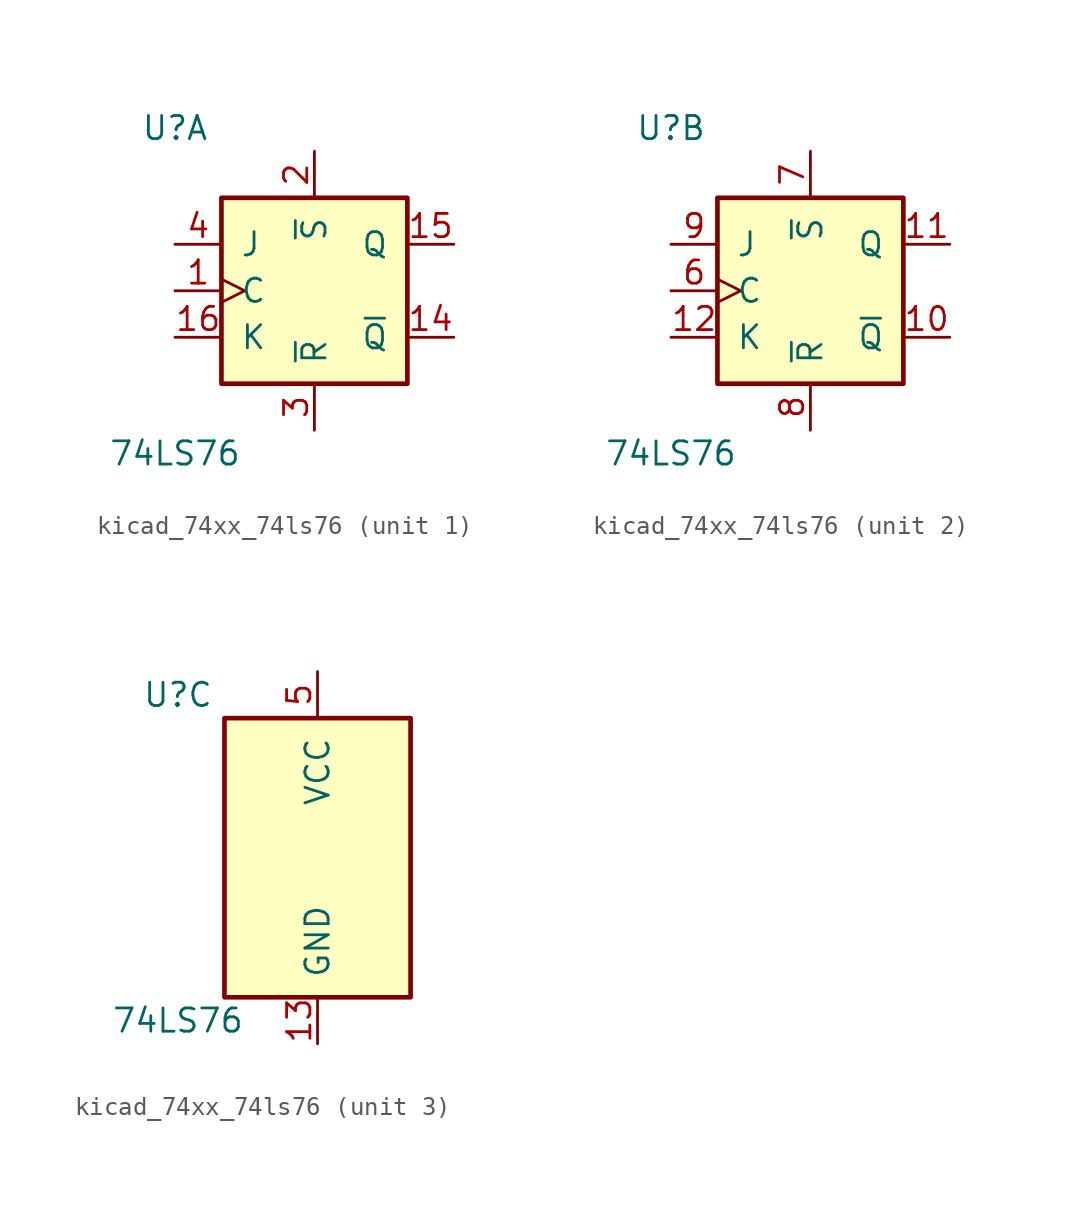
<source format=kicad_sym>
(kicad_symbol_lib
  (version 20220914)
  (generator kicad_symbol_editor)
  (symbol "kicad_74xx_74ls76"
    (pin_names
      (offset 1.016))
    (property "Reference" "U"
      (at -7.62 8.89 0)
      (effects (font (size 1.27 1.27))))
    (property "Value" "74LS76"
      (at -7.62 -8.89 0)
      (effects (font (size 1.27 1.27))))
    (property "ki_locked" ""
      (at 0 0 0)
      (effects (font (size 1.27 1.27))))
    (symbol "kicad_74xx_74ls76_1_0"
      (pin input clock (at -7.62 0 0) (length 2.54) (name "C" (effects (font (size 1.27 1.27)))) (number "1" (effects (font (size 1.27 1.27)))))
      (pin output line (at 7.62 -2.54 180) (length 2.54) (name "~{Q}" (effects (font (size 1.27 1.27)))) (number "14" (effects (font (size 1.27 1.27)))))
      (pin output line (at 7.62 2.54 180) (length 2.54) (name "Q" (effects (font (size 1.27 1.27)))) (number "15" (effects (font (size 1.27 1.27)))))
      (pin input line (at -7.62 -2.54 0) (length 2.54) (name "K" (effects (font (size 1.27 1.27)))) (number "16" (effects (font (size 1.27 1.27)))))
      (pin input line (at 0 7.62 270) (length 2.54) (name "~{S}" (effects (font (size 1.27 1.27)))) (number "2" (effects (font (size 1.27 1.27)))))
      (pin input line (at 0 -7.62 90) (length 2.54) (name "~{R}" (effects (font (size 1.27 1.27)))) (number "3" (effects (font (size 1.27 1.27)))))
      (pin input line (at -7.62 2.54 0) (length 2.54) (name "J" (effects (font (size 1.27 1.27)))) (number "4" (effects (font (size 1.27 1.27))))))
    (symbol "kicad_74xx_74ls76_1_1"
      (rectangle (start -5.08 5.08) (end 5.08 -5.08) (stroke (width 0.254) (type default)) (fill (type background))))
    (symbol "kicad_74xx_74ls76_2_0"
      (pin output line (at 7.62 -2.54 180) (length 2.54) (name "~{Q}" (effects (font (size 1.27 1.27)))) (number "10" (effects (font (size 1.27 1.27)))))
      (pin output line (at 7.62 2.54 180) (length 2.54) (name "Q" (effects (font (size 1.27 1.27)))) (number "11" (effects (font (size 1.27 1.27)))))
      (pin input line (at -7.62 -2.54 0) (length 2.54) (name "K" (effects (font (size 1.27 1.27)))) (number "12" (effects (font (size 1.27 1.27)))))
      (pin input clock (at -7.62 0 0) (length 2.54) (name "C" (effects (font (size 1.27 1.27)))) (number "6" (effects (font (size 1.27 1.27)))))
      (pin input line (at 0 7.62 270) (length 2.54) (name "~{S}" (effects (font (size 1.27 1.27)))) (number "7" (effects (font (size 1.27 1.27)))))
      (pin input line (at 0 -7.62 90) (length 2.54) (name "~{R}" (effects (font (size 1.27 1.27)))) (number "8" (effects (font (size 1.27 1.27)))))
      (pin input line (at -7.62 2.54 0) (length 2.54) (name "J" (effects (font (size 1.27 1.27)))) (number "9" (effects (font (size 1.27 1.27))))))
    (symbol "kicad_74xx_74ls76_2_1"
      (rectangle (start -5.08 5.08) (end 5.08 -5.08) (stroke (width 0.254) (type default)) (fill (type background))))
    (symbol "kicad_74xx_74ls76_3_0"
      (pin power_in line (at 0 -10.16 90) (length 2.54) (name "GND" (effects (font (size 1.27 1.27)))) (number "13" (effects (font (size 1.27 1.27)))))
      (pin power_in line (at 0 10.16 270) (length 2.54) (name "VCC" (effects (font (size 1.27 1.27)))) (number "5" (effects (font (size 1.27 1.27))))))
    (symbol "kicad_74xx_74ls76_3_1"
      (rectangle (start -5.08 7.62) (end 5.08 -7.62) (stroke (width 0.254) (type default)) (fill (type background))))))
</source>
